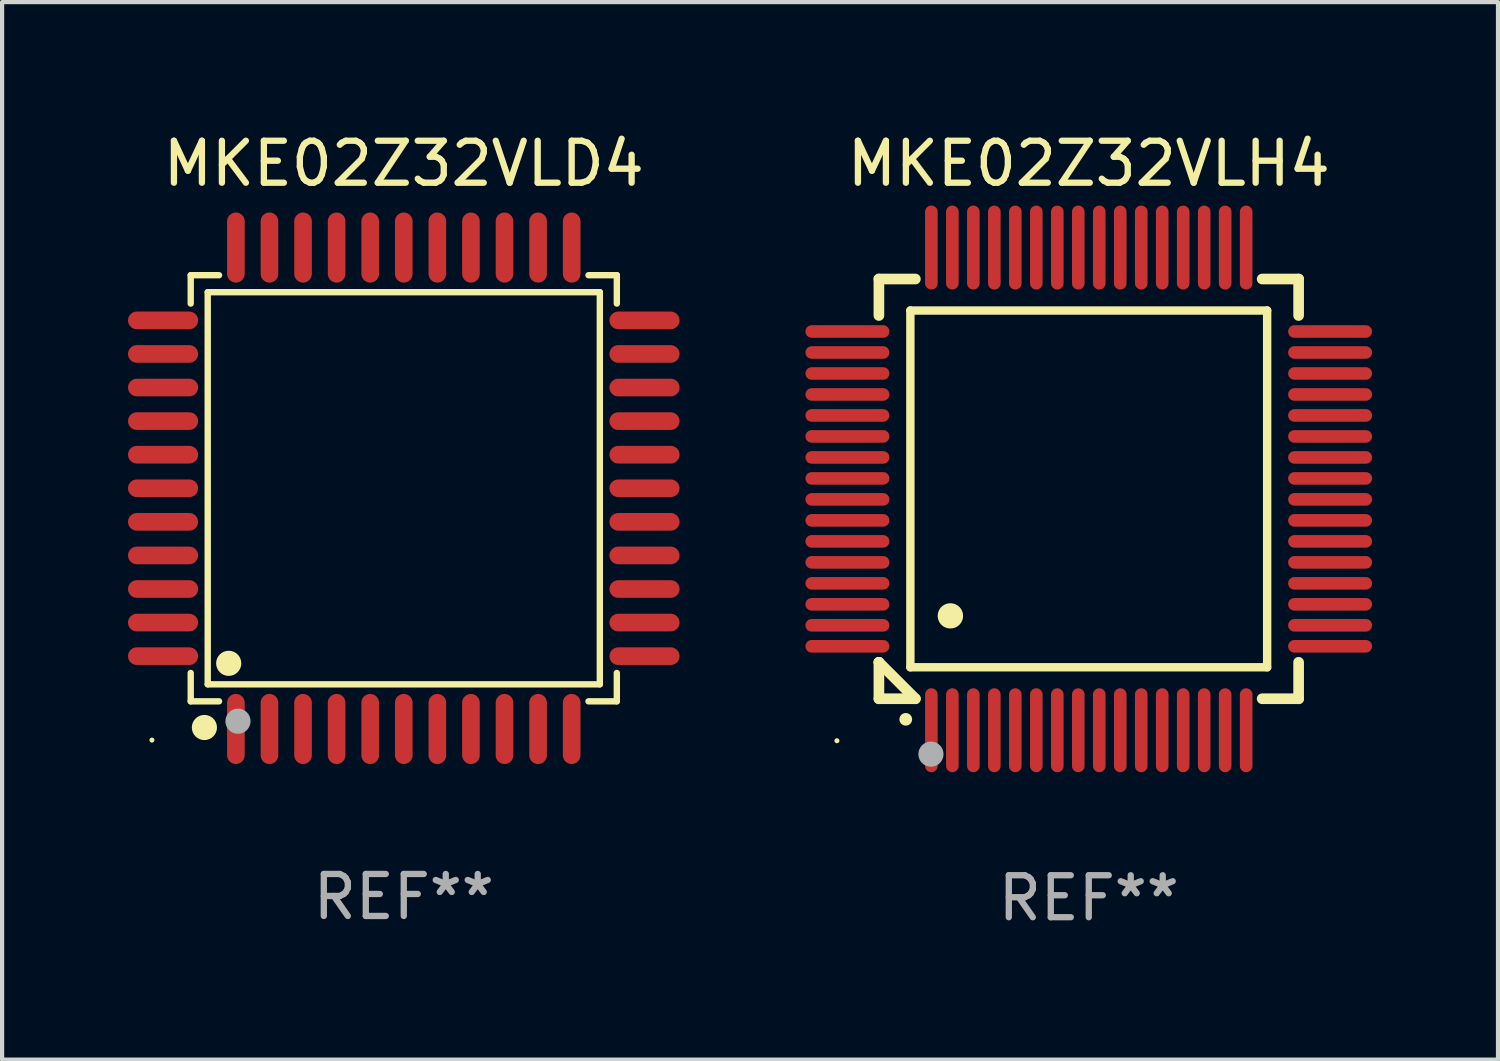
<source format=kicad_pcb>
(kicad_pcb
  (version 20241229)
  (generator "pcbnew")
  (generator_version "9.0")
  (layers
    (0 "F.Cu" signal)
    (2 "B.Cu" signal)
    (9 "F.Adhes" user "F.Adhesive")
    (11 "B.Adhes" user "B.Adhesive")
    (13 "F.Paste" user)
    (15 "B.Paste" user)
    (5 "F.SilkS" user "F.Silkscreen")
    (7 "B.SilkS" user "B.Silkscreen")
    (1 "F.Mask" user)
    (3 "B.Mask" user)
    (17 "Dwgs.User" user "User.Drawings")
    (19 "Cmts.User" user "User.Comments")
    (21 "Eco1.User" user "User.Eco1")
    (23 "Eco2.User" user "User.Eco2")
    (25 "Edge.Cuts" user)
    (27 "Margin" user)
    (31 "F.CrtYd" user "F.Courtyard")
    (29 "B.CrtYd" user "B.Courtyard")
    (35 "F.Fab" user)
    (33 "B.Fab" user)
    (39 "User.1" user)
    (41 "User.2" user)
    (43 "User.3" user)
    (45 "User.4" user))
  (footprint "MKE02Z32VLD4"
    (layer "F.Cu")
    (at 6.57 8.583)
    (property "Reference" "MKE02Z32VLD4" (at 0 -7.735 0) (layer "F.SilkS") (effects (font (size 1 1) (thickness 0.15))))
    (attr through_hole)
    (fp_line (start -5.076 -5.076) (end -4.401 -5.076) (stroke (width 0.152) (type solid)) (layer "F.SilkS"))
    (fp_line (start -5.076 -4.401) (end -5.076 -5.076) (stroke (width 0.152) (type solid)) (layer "F.SilkS"))
    (fp_line (start -5.076 4.401) (end -5.076 5.076) (stroke (width 0.152) (type solid)) (layer "F.SilkS"))
    (fp_line (start -5.076 5.076) (end -4.401 5.076) (stroke (width 0.152) (type solid)) (layer "F.SilkS"))
    (fp_line (start -4.671 -4.671) (end 4.671 -4.671) (stroke (width 0.152) (type solid)) (layer "F.SilkS"))
    (fp_line (start -4.671 4.671) (end -4.671 -4.671) (stroke (width 0.152) (type solid)) (layer "F.SilkS"))
    (fp_line (start 4.671 -4.671) (end 4.671 4.671) (stroke (width 0.152) (type solid)) (layer "F.SilkS"))
    (fp_line (start 4.671 4.671) (end -4.671 4.671) (stroke (width 0.152) (type solid)) (layer "F.SilkS"))
    (fp_line (start 5.076 -5.076) (end 4.401 -5.076) (stroke (width 0.152) (type solid)) (layer "F.SilkS"))
    (fp_line (start 5.076 -4.401) (end 5.076 -5.076) (stroke (width 0.152) (type solid)) (layer "F.SilkS"))
    (fp_line (start 5.076 4.401) (end 5.076 5.076) (stroke (width 0.152) (type solid)) (layer "F.SilkS"))
    (fp_line (start 5.076 5.076) (end 4.401 5.076) (stroke (width 0.152) (type solid)) (layer "F.SilkS"))
    (fp_circle (center -6 6) (end -5.97 6) (stroke (width 0.06) (type solid)) (fill no) (layer "F.SilkS"))
    (fp_circle (center -4.75 5.7) (end -4.6 5.7) (stroke (width 0.3) (type solid)) (fill no) (layer "F.SilkS"))
    (fp_circle (center -4.171 4.171) (end -4.021 4.171) (stroke (width 0.3) (type solid)) (fill no) (layer "F.SilkS"))
    (fp_circle (center -3.95 5.55) (end -3.8 5.55) (stroke (width 0.3) (type solid)) (fill no) (layer "F.Fab"))
    (fp_text user "REF**" (at 0 9.735 0) (layer "F.Fab") (effects (font (size 1 1) (thickness 0.15))))
    (pad "1" smd oval (at -4 5.735) (size 0.42 1.67) (layers "F.Cu" "F.Mask" "F.Paste"))
    (pad "2" smd oval (at -3.2 5.735) (size 0.42 1.67) (layers "F.Cu" "F.Mask" "F.Paste"))
    (pad "3" smd oval (at -2.4 5.735) (size 0.42 1.67) (layers "F.Cu" "F.Mask" "F.Paste"))
    (pad "4" smd oval (at -1.6 5.735) (size 0.42 1.67) (layers "F.Cu" "F.Mask" "F.Paste"))
    (pad "5" smd oval (at -0.8 5.735) (size 0.42 1.67) (layers "F.Cu" "F.Mask" "F.Paste"))
    (pad "6" smd oval (at 0 5.735) (size 0.42 1.67) (layers "F.Cu" "F.Mask" "F.Paste"))
    (pad "7" smd oval (at 0.8 5.735) (size 0.42 1.67) (layers "F.Cu" "F.Mask" "F.Paste"))
    (pad "8" smd oval (at 1.6 5.735) (size 0.42 1.67) (layers "F.Cu" "F.Mask" "F.Paste"))
    (pad "9" smd oval (at 2.4 5.735) (size 0.42 1.67) (layers "F.Cu" "F.Mask" "F.Paste"))
    (pad "10" smd oval (at 3.2 5.735) (size 0.42 1.67) (layers "F.Cu" "F.Mask" "F.Paste"))
    (pad "11" smd oval (at 4 5.735) (size 0.42 1.67) (layers "F.Cu" "F.Mask" "F.Paste"))
    (pad "12" smd oval (at 5.735 4) (size 1.67 0.42) (layers "F.Cu" "F.Mask" "F.Paste"))
    (pad "13" smd oval (at 5.735 3.2) (size 1.67 0.42) (layers "F.Cu" "F.Mask" "F.Paste"))
    (pad "14" smd oval (at 5.735 2.4) (size 1.67 0.42) (layers "F.Cu" "F.Mask" "F.Paste"))
    (pad "15" smd oval (at 5.735 1.6) (size 1.67 0.42) (layers "F.Cu" "F.Mask" "F.Paste"))
    (pad "16" smd oval (at 5.735 0.8) (size 1.67 0.42) (layers "F.Cu" "F.Mask" "F.Paste"))
    (pad "17" smd oval (at 5.735 0) (size 1.67 0.42) (layers "F.Cu" "F.Mask" "F.Paste"))
    (pad "18" smd oval (at 5.735 -0.8) (size 1.67 0.42) (layers "F.Cu" "F.Mask" "F.Paste"))
    (pad "19" smd oval (at 5.735 -1.6) (size 1.67 0.42) (layers "F.Cu" "F.Mask" "F.Paste"))
    (pad "20" smd oval (at 5.735 -2.4) (size 1.67 0.42) (layers "F.Cu" "F.Mask" "F.Paste"))
    (pad "21" smd oval (at 5.735 -3.2) (size 1.67 0.42) (layers "F.Cu" "F.Mask" "F.Paste"))
    (pad "22" smd oval (at 5.735 -4) (size 1.67 0.42) (layers "F.Cu" "F.Mask" "F.Paste"))
    (pad "23" smd oval (at 4 -5.735) (size 0.42 1.67) (layers "F.Cu" "F.Mask" "F.Paste"))
    (pad "24" smd oval (at 3.2 -5.735) (size 0.42 1.67) (layers "F.Cu" "F.Mask" "F.Paste"))
    (pad "25" smd oval (at 2.4 -5.735) (size 0.42 1.67) (layers "F.Cu" "F.Mask" "F.Paste"))
    (pad "26" smd oval (at 1.6 -5.735) (size 0.42 1.67) (layers "F.Cu" "F.Mask" "F.Paste"))
    (pad "27" smd oval (at 0.8 -5.735) (size 0.42 1.67) (layers "F.Cu" "F.Mask" "F.Paste"))
    (pad "28" smd oval (at 0 -5.735) (size 0.42 1.67) (layers "F.Cu" "F.Mask" "F.Paste"))
    (pad "29" smd oval (at -0.8 -5.735) (size 0.42 1.67) (layers "F.Cu" "F.Mask" "F.Paste"))
    (pad "30" smd oval (at -1.6 -5.735) (size 0.42 1.67) (layers "F.Cu" "F.Mask" "F.Paste"))
    (pad "31" smd oval (at -2.4 -5.735) (size 0.42 1.67) (layers "F.Cu" "F.Mask" "F.Paste"))
    (pad "32" smd oval (at -3.2 -5.735) (size 0.42 1.67) (layers "F.Cu" "F.Mask" "F.Paste"))
    (pad "33" smd oval (at -4 -5.735) (size 0.42 1.67) (layers "F.Cu" "F.Mask" "F.Paste"))
    (pad "34" smd oval (at -5.735 -4) (size 1.67 0.42) (layers "F.Cu" "F.Mask" "F.Paste"))
    (pad "35" smd oval (at -5.735 -3.2) (size 1.67 0.42) (layers "F.Cu" "F.Mask" "F.Paste"))
    (pad "36" smd oval (at -5.735 -2.4) (size 1.67 0.42) (layers "F.Cu" "F.Mask" "F.Paste"))
    (pad "37" smd oval (at -5.735 -1.6) (size 1.67 0.42) (layers "F.Cu" "F.Mask" "F.Paste"))
    (pad "38" smd oval (at -5.735 -0.8) (size 1.67 0.42) (layers "F.Cu" "F.Mask" "F.Paste"))
    (pad "39" smd oval (at -5.735 0) (size 1.67 0.42) (layers "F.Cu" "F.Mask" "F.Paste"))
    (pad "40" smd oval (at -5.735 0.8) (size 1.67 0.42) (layers "F.Cu" "F.Mask" "F.Paste"))
    (pad "41" smd oval (at -5.735 1.6) (size 1.67 0.42) (layers "F.Cu" "F.Mask" "F.Paste"))
    (pad "42" smd oval (at -5.735 2.4) (size 1.67 0.42) (layers "F.Cu" "F.Mask" "F.Paste"))
    (pad "43" smd oval (at -5.735 3.2) (size 1.67 0.42) (layers "F.Cu" "F.Mask" "F.Paste"))
    (pad "44" smd oval (at -5.735 4) (size 1.67 0.42) (layers "F.Cu" "F.Mask" "F.Paste")))
  (footprint "MKE02Z32VLH4"
    (layer "F.Cu")
    (at 22.89 8.598)
    (property "Reference" "MKE02Z32VLH4" (at 0 -7.75 0) (layer "F.SilkS") (effects (font (size 1 1) (thickness 0.15))))
    (attr through_hole)
    (fp_line (start -5 -5) (end -4.131 -5) (stroke (width 0.254) (type solid)) (layer "F.SilkS"))
    (fp_line (start -5 -4.131) (end -5 -5) (stroke (width 0.254) (type solid)) (layer "F.SilkS"))
    (fp_line (start -5 4.131) (end -5 4.131) (stroke (width 0.254) (type solid)) (layer "F.SilkS"))
    (fp_line (start -5 5) (end -5 4.131) (stroke (width 0.254) (type solid)) (layer "F.SilkS"))
    (fp_line (start -5 4.131) (end -4.131 5) (stroke (width 0.254) (type solid)) (layer "F.SilkS"))
    (fp_line (start -4.25 -4.25) (end -4.25 4.25) (stroke (width 0.2) (type solid)) (layer "F.SilkS"))
    (fp_line (start -4.25 4.25) (end 4.25 4.25) (stroke (width 0.2) (type solid)) (layer "F.SilkS"))
    (fp_line (start -4.131 5) (end -5 5) (stroke (width 0.254) (type solid)) (layer "F.SilkS"))
    (fp_line (start 4.25 -4.25) (end -4.25 -4.25) (stroke (width 0.2) (type solid)) (layer "F.SilkS"))
    (fp_line (start 4.25 4.25) (end 4.25 -4.25) (stroke (width 0.2) (type solid)) (layer "F.SilkS"))
    (fp_line (start 5 -5) (end 4.131 -5) (stroke (width 0.254) (type solid)) (layer "F.SilkS"))
    (fp_line (start 5 -5) (end 5 -4.131) (stroke (width 0.254) (type solid)) (layer "F.SilkS"))
    (fp_line (start 5 4.131) (end 5 5) (stroke (width 0.254) (type solid)) (layer "F.SilkS"))
    (fp_line (start 5 5) (end 4.131 5) (stroke (width 0.254) (type solid)) (layer "F.SilkS"))
    (fp_arc (start -4.361265 5.489992) (mid -4.359995 5.489987) (end -4.358725 5.489992) (stroke (width 0.3) (type solid)) (layer "F.SilkS"))
    (fp_arc (start -3.299467 3.025146) (mid -3.296927 3.025135) (end -3.294387 3.025146) (stroke (width 0.6) (type solid)) (layer "F.SilkS"))
    (fp_circle (center -6 6) (end -5.97 6) (stroke (width 0.06) (type solid)) (fill no) (layer "F.SilkS"))
    (fp_circle (center -3.76 6.32) (end -3.61 6.32) (stroke (width 0.3) (type solid)) (fill no) (layer "F.Fab"))
    (fp_text user "REF**" (at 0 9.75 0) (layer "F.Fab") (effects (font (size 1 1) (thickness 0.15))))
    (pad "1" smd oval (at -3.75 5.75) (size 0.3 2) (layers "F.Cu" "F.Mask" "F.Paste"))
    (pad "2" smd oval (at -3.25 5.75) (size 0.3 2) (layers "F.Cu" "F.Mask" "F.Paste"))
    (pad "3" smd oval (at -2.75 5.75) (size 0.3 2) (layers "F.Cu" "F.Mask" "F.Paste"))
    (pad "4" smd oval (at -2.25 5.75) (size 0.3 2) (layers "F.Cu" "F.Mask" "F.Paste"))
    (pad "5" smd oval (at -1.75 5.75) (size 0.3 2) (layers "F.Cu" "F.Mask" "F.Paste"))
    (pad "6" smd oval (at -1.25 5.75) (size 0.3 2) (layers "F.Cu" "F.Mask" "F.Paste"))
    (pad "7" smd oval (at -0.75 5.75) (size 0.3 2) (layers "F.Cu" "F.Mask" "F.Paste"))
    (pad "8" smd oval (at -0.25 5.75) (size 0.3 2) (layers "F.Cu" "F.Mask" "F.Paste"))
    (pad "9" smd oval (at 0.25 5.75) (size 0.3 2) (layers "F.Cu" "F.Mask" "F.Paste"))
    (pad "10" smd oval (at 0.75 5.75) (size 0.3 2) (layers "F.Cu" "F.Mask" "F.Paste"))
    (pad "11" smd oval (at 1.25 5.75) (size 0.3 2) (layers "F.Cu" "F.Mask" "F.Paste"))
    (pad "12" smd oval (at 1.75 5.75) (size 0.3 2) (layers "F.Cu" "F.Mask" "F.Paste"))
    (pad "13" smd oval (at 2.25 5.75) (size 0.3 2) (layers "F.Cu" "F.Mask" "F.Paste"))
    (pad "14" smd oval (at 2.75 5.75) (size 0.3 2) (layers "F.Cu" "F.Mask" "F.Paste"))
    (pad "15" smd oval (at 3.25 5.75) (size 0.3 2) (layers "F.Cu" "F.Mask" "F.Paste"))
    (pad "16" smd oval (at 3.75 5.75) (size 0.3 2) (layers "F.Cu" "F.Mask" "F.Paste"))
    (pad "17" smd oval (at 5.75 3.75) (size 2 0.3) (layers "F.Cu" "F.Mask" "F.Paste"))
    (pad "18" smd oval (at 5.75 3.25) (size 2 0.3) (layers "F.Cu" "F.Mask" "F.Paste"))
    (pad "19" smd oval (at 5.75 2.75) (size 2 0.3) (layers "F.Cu" "F.Mask" "F.Paste"))
    (pad "20" smd oval (at 5.75 2.25) (size 2 0.3) (layers "F.Cu" "F.Mask" "F.Paste"))
    (pad "21" smd oval (at 5.75 1.75) (size 2 0.3) (layers "F.Cu" "F.Mask" "F.Paste"))
    (pad "22" smd oval (at 5.75 1.25) (size 2 0.3) (layers "F.Cu" "F.Mask" "F.Paste"))
    (pad "23" smd oval (at 5.75 0.75) (size 2 0.3) (layers "F.Cu" "F.Mask" "F.Paste"))
    (pad "24" smd oval (at 5.75 0.25) (size 2 0.3) (layers "F.Cu" "F.Mask" "F.Paste"))
    (pad "25" smd oval (at 5.75 -0.25) (size 2 0.3) (layers "F.Cu" "F.Mask" "F.Paste"))
    (pad "26" smd oval (at 5.75 -0.75) (size 2 0.3) (layers "F.Cu" "F.Mask" "F.Paste"))
    (pad "27" smd oval (at 5.75 -1.25) (size 2 0.3) (layers "F.Cu" "F.Mask" "F.Paste"))
    (pad "28" smd oval (at 5.75 -1.75) (size 2 0.3) (layers "F.Cu" "F.Mask" "F.Paste"))
    (pad "29" smd oval (at 5.75 -2.25) (size 2 0.3) (layers "F.Cu" "F.Mask" "F.Paste"))
    (pad "30" smd oval (at 5.75 -2.75) (size 2 0.3) (layers "F.Cu" "F.Mask" "F.Paste"))
    (pad "31" smd oval (at 5.75 -3.25) (size 2 0.3) (layers "F.Cu" "F.Mask" "F.Paste"))
    (pad "32" smd oval (at 5.75 -3.75) (size 2 0.3) (layers "F.Cu" "F.Mask" "F.Paste"))
    (pad "33" smd oval (at 3.75 -5.75) (size 0.3 2) (layers "F.Cu" "F.Mask" "F.Paste"))
    (pad "34" smd oval (at 3.25 -5.75) (size 0.3 2) (layers "F.Cu" "F.Mask" "F.Paste"))
    (pad "35" smd oval (at 2.75 -5.75) (size 0.3 2) (layers "F.Cu" "F.Mask" "F.Paste"))
    (pad "36" smd oval (at 2.25 -5.75) (size 0.3 2) (layers "F.Cu" "F.Mask" "F.Paste"))
    (pad "37" smd oval (at 1.75 -5.75) (size 0.3 2) (layers "F.Cu" "F.Mask" "F.Paste"))
    (pad "38" smd oval (at 1.25 -5.75) (size 0.3 2) (layers "F.Cu" "F.Mask" "F.Paste"))
    (pad "39" smd oval (at 0.75 -5.75) (size 0.3 2) (layers "F.Cu" "F.Mask" "F.Paste"))
    (pad "40" smd oval (at 0.25 -5.75) (size 0.3 2) (layers "F.Cu" "F.Mask" "F.Paste"))
    (pad "41" smd oval (at -0.25 -5.75) (size 0.3 2) (layers "F.Cu" "F.Mask" "F.Paste"))
    (pad "42" smd oval (at -0.75 -5.75) (size 0.3 2) (layers "F.Cu" "F.Mask" "F.Paste"))
    (pad "43" smd oval (at -1.25 -5.75) (size 0.3 2) (layers "F.Cu" "F.Mask" "F.Paste"))
    (pad "44" smd oval (at -1.75 -5.75) (size 0.3 2) (layers "F.Cu" "F.Mask" "F.Paste"))
    (pad "45" smd oval (at -2.25 -5.75) (size 0.3 2) (layers "F.Cu" "F.Mask" "F.Paste"))
    (pad "46" smd oval (at -2.75 -5.75) (size 0.3 2) (layers "F.Cu" "F.Mask" "F.Paste"))
    (pad "47" smd oval (at -3.25 -5.75) (size 0.3 2) (layers "F.Cu" "F.Mask" "F.Paste"))
    (pad "48" smd oval (at -3.75 -5.75) (size 0.3 2) (layers "F.Cu" "F.Mask" "F.Paste"))
    (pad "49" smd oval (at -5.75 -3.75) (size 2 0.3) (layers "F.Cu" "F.Mask" "F.Paste"))
    (pad "50" smd oval (at -5.75 -3.25) (size 2 0.3) (layers "F.Cu" "F.Mask" "F.Paste"))
    (pad "51" smd oval (at -5.75 -2.75) (size 2 0.3) (layers "F.Cu" "F.Mask" "F.Paste"))
    (pad "52" smd oval (at -5.75 -2.25) (size 2 0.3) (layers "F.Cu" "F.Mask" "F.Paste"))
    (pad "53" smd oval (at -5.75 -1.75) (size 2 0.3) (layers "F.Cu" "F.Mask" "F.Paste"))
    (pad "54" smd oval (at -5.75 -1.25) (size 2 0.3) (layers "F.Cu" "F.Mask" "F.Paste"))
    (pad "55" smd oval (at -5.75 -0.75) (size 2 0.3) (layers "F.Cu" "F.Mask" "F.Paste"))
    (pad "56" smd oval (at -5.75 -0.25) (size 2 0.3) (layers "F.Cu" "F.Mask" "F.Paste"))
    (pad "57" smd oval (at -5.75 0.25) (size 2 0.3) (layers "F.Cu" "F.Mask" "F.Paste"))
    (pad "58" smd oval (at -5.75 0.75) (size 2 0.3) (layers "F.Cu" "F.Mask" "F.Paste"))
    (pad "59" smd oval (at -5.75 1.25) (size 2 0.3) (layers "F.Cu" "F.Mask" "F.Paste"))
    (pad "60" smd oval (at -5.75 1.75) (size 2 0.3) (layers "F.Cu" "F.Mask" "F.Paste"))
    (pad "61" smd oval (at -5.75 2.25) (size 2 0.3) (layers "F.Cu" "F.Mask" "F.Paste"))
    (pad "62" smd oval (at -5.75 2.75) (size 2 0.3) (layers "F.Cu" "F.Mask" "F.Paste"))
    (pad "63" smd oval (at -5.75 3.25) (size 2 0.3) (layers "F.Cu" "F.Mask" "F.Paste"))
    (pad "64" smd oval (at -5.75 3.75) (size 2 0.3) (layers "F.Cu" "F.Mask" "F.Paste")))
  (gr_rect
    (start -3 -3)
    (end 32.64 22.196)
    (stroke (width 0.1) (type default))
    (fill no)
    (layer "Edge.Cuts")))
</source>
